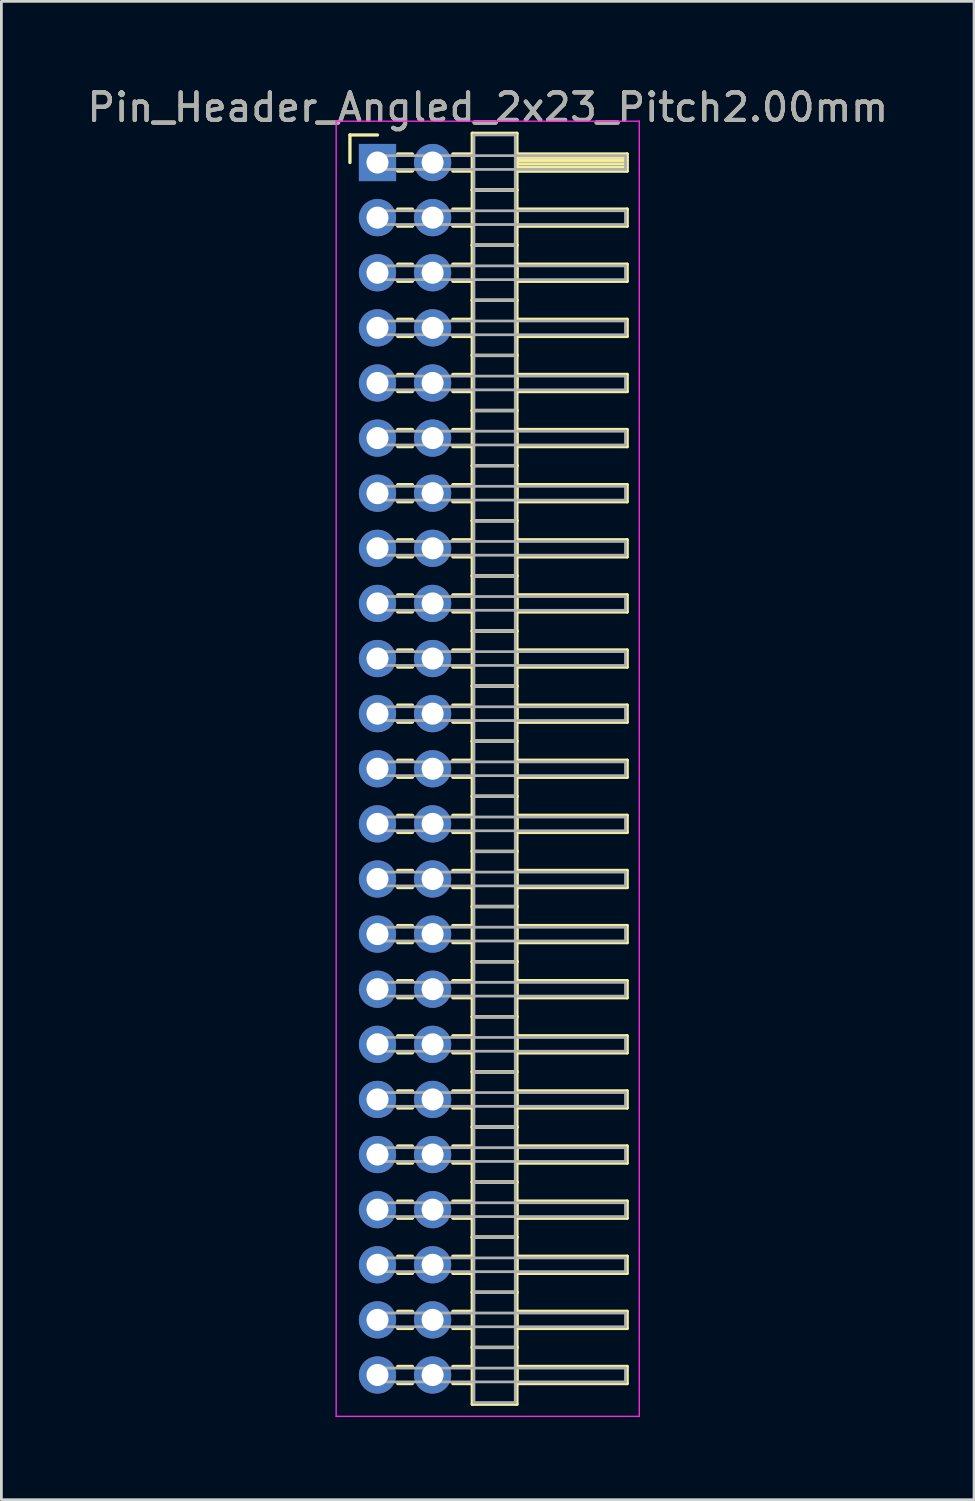
<source format=kicad_pcb>
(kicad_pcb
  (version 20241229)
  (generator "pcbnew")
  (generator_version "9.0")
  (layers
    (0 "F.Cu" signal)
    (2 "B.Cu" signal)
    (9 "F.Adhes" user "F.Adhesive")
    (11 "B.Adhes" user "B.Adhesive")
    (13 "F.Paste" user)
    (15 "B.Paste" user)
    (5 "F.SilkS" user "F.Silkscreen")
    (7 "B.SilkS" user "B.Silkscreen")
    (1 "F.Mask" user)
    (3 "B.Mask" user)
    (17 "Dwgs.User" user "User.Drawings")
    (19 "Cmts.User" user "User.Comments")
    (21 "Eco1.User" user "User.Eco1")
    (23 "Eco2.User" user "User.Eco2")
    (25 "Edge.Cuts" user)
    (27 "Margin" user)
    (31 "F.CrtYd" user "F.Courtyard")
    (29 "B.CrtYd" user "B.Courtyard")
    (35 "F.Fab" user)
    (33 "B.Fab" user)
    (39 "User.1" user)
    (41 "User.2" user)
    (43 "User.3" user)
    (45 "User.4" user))
  (footprint "Pin_Header_Angled_2x23_Pitch2.00mm"
    (layer "F.Cu")
    (at 10.649 2.848)
    (property "Reference" "Pin_Header_Angled_2x23_Pitch2.00mm" (at 4 -2 0) (layer "F.SilkS") (effects (font (size 1 1) (thickness 0.15))))
    (attr through_hole)
    (fp_line (start -1 -1) (end 0 -1) (stroke (width 0.12) (type solid)) (layer "F.SilkS"))
    (fp_line (start -1 0) (end -1 -1) (stroke (width 0.12) (type solid)) (layer "F.SilkS"))
    (fp_line (start 0.735 -0.31) (end 1.265 -0.31) (stroke (width 0.12) (type solid)) (layer "F.SilkS"))
    (fp_line (start 0.735 0.31) (end 1.265 0.31) (stroke (width 0.12) (type solid)) (layer "F.SilkS"))
    (fp_line (start 0.735 1.69) (end 1.265 1.69) (stroke (width 0.12) (type solid)) (layer "F.SilkS"))
    (fp_line (start 0.735 2.31) (end 1.265 2.31) (stroke (width 0.12) (type solid)) (layer "F.SilkS"))
    (fp_line (start 0.735 3.69) (end 1.265 3.69) (stroke (width 0.12) (type solid)) (layer "F.SilkS"))
    (fp_line (start 0.735 4.31) (end 1.265 4.31) (stroke (width 0.12) (type solid)) (layer "F.SilkS"))
    (fp_line (start 0.735 5.69) (end 1.265 5.69) (stroke (width 0.12) (type solid)) (layer "F.SilkS"))
    (fp_line (start 0.735 6.31) (end 1.265 6.31) (stroke (width 0.12) (type solid)) (layer "F.SilkS"))
    (fp_line (start 0.735 7.69) (end 1.265 7.69) (stroke (width 0.12) (type solid)) (layer "F.SilkS"))
    (fp_line (start 0.735 8.31) (end 1.265 8.31) (stroke (width 0.12) (type solid)) (layer "F.SilkS"))
    (fp_line (start 0.735 9.69) (end 1.265 9.69) (stroke (width 0.12) (type solid)) (layer "F.SilkS"))
    (fp_line (start 0.735 10.31) (end 1.265 10.31) (stroke (width 0.12) (type solid)) (layer "F.SilkS"))
    (fp_line (start 0.735 11.69) (end 1.265 11.69) (stroke (width 0.12) (type solid)) (layer "F.SilkS"))
    (fp_line (start 0.735 12.31) (end 1.265 12.31) (stroke (width 0.12) (type solid)) (layer "F.SilkS"))
    (fp_line (start 0.735 13.69) (end 1.265 13.69) (stroke (width 0.12) (type solid)) (layer "F.SilkS"))
    (fp_line (start 0.735 14.31) (end 1.265 14.31) (stroke (width 0.12) (type solid)) (layer "F.SilkS"))
    (fp_line (start 0.735 15.69) (end 1.265 15.69) (stroke (width 0.12) (type solid)) (layer "F.SilkS"))
    (fp_line (start 0.735 16.31) (end 1.265 16.31) (stroke (width 0.12) (type solid)) (layer "F.SilkS"))
    (fp_line (start 0.735 17.69) (end 1.265 17.69) (stroke (width 0.12) (type solid)) (layer "F.SilkS"))
    (fp_line (start 0.735 18.31) (end 1.265 18.31) (stroke (width 0.12) (type solid)) (layer "F.SilkS"))
    (fp_line (start 0.735 19.69) (end 1.265 19.69) (stroke (width 0.12) (type solid)) (layer "F.SilkS"))
    (fp_line (start 0.735 20.31) (end 1.265 20.31) (stroke (width 0.12) (type solid)) (layer "F.SilkS"))
    (fp_line (start 0.735 21.69) (end 1.265 21.69) (stroke (width 0.12) (type solid)) (layer "F.SilkS"))
    (fp_line (start 0.735 22.31) (end 1.265 22.31) (stroke (width 0.12) (type solid)) (layer "F.SilkS"))
    (fp_line (start 0.735 23.69) (end 1.265 23.69) (stroke (width 0.12) (type solid)) (layer "F.SilkS"))
    (fp_line (start 0.735 24.31) (end 1.265 24.31) (stroke (width 0.12) (type solid)) (layer "F.SilkS"))
    (fp_line (start 0.735 25.69) (end 1.265 25.69) (stroke (width 0.12) (type solid)) (layer "F.SilkS"))
    (fp_line (start 0.735 26.31) (end 1.265 26.31) (stroke (width 0.12) (type solid)) (layer "F.SilkS"))
    (fp_line (start 0.735 27.69) (end 1.265 27.69) (stroke (width 0.12) (type solid)) (layer "F.SilkS"))
    (fp_line (start 0.735 28.31) (end 1.265 28.31) (stroke (width 0.12) (type solid)) (layer "F.SilkS"))
    (fp_line (start 0.735 29.69) (end 1.265 29.69) (stroke (width 0.12) (type solid)) (layer "F.SilkS"))
    (fp_line (start 0.735 30.31) (end 1.265 30.31) (stroke (width 0.12) (type solid)) (layer "F.SilkS"))
    (fp_line (start 0.735 31.69) (end 1.265 31.69) (stroke (width 0.12) (type solid)) (layer "F.SilkS"))
    (fp_line (start 0.735 32.31) (end 1.265 32.31) (stroke (width 0.12) (type solid)) (layer "F.SilkS"))
    (fp_line (start 0.735 33.69) (end 1.265 33.69) (stroke (width 0.12) (type solid)) (layer "F.SilkS"))
    (fp_line (start 0.735 34.31) (end 1.265 34.31) (stroke (width 0.12) (type solid)) (layer "F.SilkS"))
    (fp_line (start 0.735 35.69) (end 1.265 35.69) (stroke (width 0.12) (type solid)) (layer "F.SilkS"))
    (fp_line (start 0.735 36.31) (end 1.265 36.31) (stroke (width 0.12) (type solid)) (layer "F.SilkS"))
    (fp_line (start 0.735 37.69) (end 1.265 37.69) (stroke (width 0.12) (type solid)) (layer "F.SilkS"))
    (fp_line (start 0.735 38.31) (end 1.265 38.31) (stroke (width 0.12) (type solid)) (layer "F.SilkS"))
    (fp_line (start 0.735 39.69) (end 1.265 39.69) (stroke (width 0.12) (type solid)) (layer "F.SilkS"))
    (fp_line (start 0.735 40.31) (end 1.265 40.31) (stroke (width 0.12) (type solid)) (layer "F.SilkS"))
    (fp_line (start 0.735 41.69) (end 1.265 41.69) (stroke (width 0.12) (type solid)) (layer "F.SilkS"))
    (fp_line (start 0.735 42.31) (end 1.265 42.31) (stroke (width 0.12) (type solid)) (layer "F.SilkS"))
    (fp_line (start 0.735 43.69) (end 1.265 43.69) (stroke (width 0.12) (type solid)) (layer "F.SilkS"))
    (fp_line (start 0.735 44.31) (end 1.265 44.31) (stroke (width 0.12) (type solid)) (layer "F.SilkS"))
    (fp_line (start 2.735 -0.31) (end 3.44 -0.31) (stroke (width 0.12) (type solid)) (layer "F.SilkS"))
    (fp_line (start 2.735 0.31) (end 3.44 0.31) (stroke (width 0.12) (type solid)) (layer "F.SilkS"))
    (fp_line (start 2.735 1.69) (end 3.44 1.69) (stroke (width 0.12) (type solid)) (layer "F.SilkS"))
    (fp_line (start 2.735 2.31) (end 3.44 2.31) (stroke (width 0.12) (type solid)) (layer "F.SilkS"))
    (fp_line (start 2.735 3.69) (end 3.44 3.69) (stroke (width 0.12) (type solid)) (layer "F.SilkS"))
    (fp_line (start 2.735 4.31) (end 3.44 4.31) (stroke (width 0.12) (type solid)) (layer "F.SilkS"))
    (fp_line (start 2.735 5.69) (end 3.44 5.69) (stroke (width 0.12) (type solid)) (layer "F.SilkS"))
    (fp_line (start 2.735 6.31) (end 3.44 6.31) (stroke (width 0.12) (type solid)) (layer "F.SilkS"))
    (fp_line (start 2.735 7.69) (end 3.44 7.69) (stroke (width 0.12) (type solid)) (layer "F.SilkS"))
    (fp_line (start 2.735 8.31) (end 3.44 8.31) (stroke (width 0.12) (type solid)) (layer "F.SilkS"))
    (fp_line (start 2.735 9.69) (end 3.44 9.69) (stroke (width 0.12) (type solid)) (layer "F.SilkS"))
    (fp_line (start 2.735 10.31) (end 3.44 10.31) (stroke (width 0.12) (type solid)) (layer "F.SilkS"))
    (fp_line (start 2.735 11.69) (end 3.44 11.69) (stroke (width 0.12) (type solid)) (layer "F.SilkS"))
    (fp_line (start 2.735 12.31) (end 3.44 12.31) (stroke (width 0.12) (type solid)) (layer "F.SilkS"))
    (fp_line (start 2.735 13.69) (end 3.44 13.69) (stroke (width 0.12) (type solid)) (layer "F.SilkS"))
    (fp_line (start 2.735 14.31) (end 3.44 14.31) (stroke (width 0.12) (type solid)) (layer "F.SilkS"))
    (fp_line (start 2.735 15.69) (end 3.44 15.69) (stroke (width 0.12) (type solid)) (layer "F.SilkS"))
    (fp_line (start 2.735 16.31) (end 3.44 16.31) (stroke (width 0.12) (type solid)) (layer "F.SilkS"))
    (fp_line (start 2.735 17.69) (end 3.44 17.69) (stroke (width 0.12) (type solid)) (layer "F.SilkS"))
    (fp_line (start 2.735 18.31) (end 3.44 18.31) (stroke (width 0.12) (type solid)) (layer "F.SilkS"))
    (fp_line (start 2.735 19.69) (end 3.44 19.69) (stroke (width 0.12) (type solid)) (layer "F.SilkS"))
    (fp_line (start 2.735 20.31) (end 3.44 20.31) (stroke (width 0.12) (type solid)) (layer "F.SilkS"))
    (fp_line (start 2.735 21.69) (end 3.44 21.69) (stroke (width 0.12) (type solid)) (layer "F.SilkS"))
    (fp_line (start 2.735 22.31) (end 3.44 22.31) (stroke (width 0.12) (type solid)) (layer "F.SilkS"))
    (fp_line (start 2.735 23.69) (end 3.44 23.69) (stroke (width 0.12) (type solid)) (layer "F.SilkS"))
    (fp_line (start 2.735 24.31) (end 3.44 24.31) (stroke (width 0.12) (type solid)) (layer "F.SilkS"))
    (fp_line (start 2.735 25.69) (end 3.44 25.69) (stroke (width 0.12) (type solid)) (layer "F.SilkS"))
    (fp_line (start 2.735 26.31) (end 3.44 26.31) (stroke (width 0.12) (type solid)) (layer "F.SilkS"))
    (fp_line (start 2.735 27.69) (end 3.44 27.69) (stroke (width 0.12) (type solid)) (layer "F.SilkS"))
    (fp_line (start 2.735 28.31) (end 3.44 28.31) (stroke (width 0.12) (type solid)) (layer "F.SilkS"))
    (fp_line (start 2.735 29.69) (end 3.44 29.69) (stroke (width 0.12) (type solid)) (layer "F.SilkS"))
    (fp_line (start 2.735 30.31) (end 3.44 30.31) (stroke (width 0.12) (type solid)) (layer "F.SilkS"))
    (fp_line (start 2.735 31.69) (end 3.44 31.69) (stroke (width 0.12) (type solid)) (layer "F.SilkS"))
    (fp_line (start 2.735 32.31) (end 3.44 32.31) (stroke (width 0.12) (type solid)) (layer "F.SilkS"))
    (fp_line (start 2.735 33.69) (end 3.44 33.69) (stroke (width 0.12) (type solid)) (layer "F.SilkS"))
    (fp_line (start 2.735 34.31) (end 3.44 34.31) (stroke (width 0.12) (type solid)) (layer "F.SilkS"))
    (fp_line (start 2.735 35.69) (end 3.44 35.69) (stroke (width 0.12) (type solid)) (layer "F.SilkS"))
    (fp_line (start 2.735 36.31) (end 3.44 36.31) (stroke (width 0.12) (type solid)) (layer "F.SilkS"))
    (fp_line (start 2.735 37.69) (end 3.44 37.69) (stroke (width 0.12) (type solid)) (layer "F.SilkS"))
    (fp_line (start 2.735 38.31) (end 3.44 38.31) (stroke (width 0.12) (type solid)) (layer "F.SilkS"))
    (fp_line (start 2.735 39.69) (end 3.44 39.69) (stroke (width 0.12) (type solid)) (layer "F.SilkS"))
    (fp_line (start 2.735 40.31) (end 3.44 40.31) (stroke (width 0.12) (type solid)) (layer "F.SilkS"))
    (fp_line (start 2.735 41.69) (end 3.44 41.69) (stroke (width 0.12) (type solid)) (layer "F.SilkS"))
    (fp_line (start 2.735 42.31) (end 3.44 42.31) (stroke (width 0.12) (type solid)) (layer "F.SilkS"))
    (fp_line (start 2.735 43.69) (end 3.44 43.69) (stroke (width 0.12) (type solid)) (layer "F.SilkS"))
    (fp_line (start 2.735 44.31) (end 3.44 44.31) (stroke (width 0.12) (type solid)) (layer "F.SilkS"))
    (fp_line (start 3.44 -1.06) (end 3.44 1) (stroke (width 0.12) (type solid)) (layer "F.SilkS"))
    (fp_line (start 3.44 1) (end 3.44 3) (stroke (width 0.12) (type solid)) (layer "F.SilkS"))
    (fp_line (start 3.44 1) (end 5.06 1) (stroke (width 0.12) (type solid)) (layer "F.SilkS"))
    (fp_line (start 3.44 3) (end 3.44 5) (stroke (width 0.12) (type solid)) (layer "F.SilkS"))
    (fp_line (start 3.44 3) (end 5.06 3) (stroke (width 0.12) (type solid)) (layer "F.SilkS"))
    (fp_line (start 3.44 5) (end 3.44 7) (stroke (width 0.12) (type solid)) (layer "F.SilkS"))
    (fp_line (start 3.44 5) (end 5.06 5) (stroke (width 0.12) (type solid)) (layer "F.SilkS"))
    (fp_line (start 3.44 7) (end 3.44 9) (stroke (width 0.12) (type solid)) (layer "F.SilkS"))
    (fp_line (start 3.44 7) (end 5.06 7) (stroke (width 0.12) (type solid)) (layer "F.SilkS"))
    (fp_line (start 3.44 9) (end 3.44 11) (stroke (width 0.12) (type solid)) (layer "F.SilkS"))
    (fp_line (start 3.44 9) (end 5.06 9) (stroke (width 0.12) (type solid)) (layer "F.SilkS"))
    (fp_line (start 3.44 11) (end 3.44 13) (stroke (width 0.12) (type solid)) (layer "F.SilkS"))
    (fp_line (start 3.44 11) (end 5.06 11) (stroke (width 0.12) (type solid)) (layer "F.SilkS"))
    (fp_line (start 3.44 13) (end 3.44 15) (stroke (width 0.12) (type solid)) (layer "F.SilkS"))
    (fp_line (start 3.44 13) (end 5.06 13) (stroke (width 0.12) (type solid)) (layer "F.SilkS"))
    (fp_line (start 3.44 15) (end 3.44 17) (stroke (width 0.12) (type solid)) (layer "F.SilkS"))
    (fp_line (start 3.44 15) (end 5.06 15) (stroke (width 0.12) (type solid)) (layer "F.SilkS"))
    (fp_line (start 3.44 17) (end 3.44 19) (stroke (width 0.12) (type solid)) (layer "F.SilkS"))
    (fp_line (start 3.44 17) (end 5.06 17) (stroke (width 0.12) (type solid)) (layer "F.SilkS"))
    (fp_line (start 3.44 19) (end 3.44 21) (stroke (width 0.12) (type solid)) (layer "F.SilkS"))
    (fp_line (start 3.44 19) (end 5.06 19) (stroke (width 0.12) (type solid)) (layer "F.SilkS"))
    (fp_line (start 3.44 21) (end 3.44 23) (stroke (width 0.12) (type solid)) (layer "F.SilkS"))
    (fp_line (start 3.44 21) (end 5.06 21) (stroke (width 0.12) (type solid)) (layer "F.SilkS"))
    (fp_line (start 3.44 23) (end 3.44 25) (stroke (width 0.12) (type solid)) (layer "F.SilkS"))
    (fp_line (start 3.44 23) (end 5.06 23) (stroke (width 0.12) (type solid)) (layer "F.SilkS"))
    (fp_line (start 3.44 25) (end 3.44 27) (stroke (width 0.12) (type solid)) (layer "F.SilkS"))
    (fp_line (start 3.44 25) (end 5.06 25) (stroke (width 0.12) (type solid)) (layer "F.SilkS"))
    (fp_line (start 3.44 27) (end 3.44 29) (stroke (width 0.12) (type solid)) (layer "F.SilkS"))
    (fp_line (start 3.44 27) (end 5.06 27) (stroke (width 0.12) (type solid)) (layer "F.SilkS"))
    (fp_line (start 3.44 29) (end 3.44 31) (stroke (width 0.12) (type solid)) (layer "F.SilkS"))
    (fp_line (start 3.44 29) (end 5.06 29) (stroke (width 0.12) (type solid)) (layer "F.SilkS"))
    (fp_line (start 3.44 31) (end 3.44 33) (stroke (width 0.12) (type solid)) (layer "F.SilkS"))
    (fp_line (start 3.44 31) (end 5.06 31) (stroke (width 0.12) (type solid)) (layer "F.SilkS"))
    (fp_line (start 3.44 33) (end 3.44 35) (stroke (width 0.12) (type solid)) (layer "F.SilkS"))
    (fp_line (start 3.44 33) (end 5.06 33) (stroke (width 0.12) (type solid)) (layer "F.SilkS"))
    (fp_line (start 3.44 35) (end 3.44 37) (stroke (width 0.12) (type solid)) (layer "F.SilkS"))
    (fp_line (start 3.44 35) (end 5.06 35) (stroke (width 0.12) (type solid)) (layer "F.SilkS"))
    (fp_line (start 3.44 37) (end 3.44 39) (stroke (width 0.12) (type solid)) (layer "F.SilkS"))
    (fp_line (start 3.44 37) (end 5.06 37) (stroke (width 0.12) (type solid)) (layer "F.SilkS"))
    (fp_line (start 3.44 39) (end 3.44 41) (stroke (width 0.12) (type solid)) (layer "F.SilkS"))
    (fp_line (start 3.44 39) (end 5.06 39) (stroke (width 0.12) (type solid)) (layer "F.SilkS"))
    (fp_line (start 3.44 41) (end 3.44 43) (stroke (width 0.12) (type solid)) (layer "F.SilkS"))
    (fp_line (start 3.44 41) (end 5.06 41) (stroke (width 0.12) (type solid)) (layer "F.SilkS"))
    (fp_line (start 3.44 43) (end 3.44 45.06) (stroke (width 0.12) (type solid)) (layer "F.SilkS"))
    (fp_line (start 3.44 43) (end 5.06 43) (stroke (width 0.12) (type solid)) (layer "F.SilkS"))
    (fp_line (start 3.44 45.06) (end 5.06 45.06) (stroke (width 0.12) (type solid)) (layer "F.SilkS"))
    (fp_line (start 5.06 -1.06) (end 3.44 -1.06) (stroke (width 0.12) (type solid)) (layer "F.SilkS"))
    (fp_line (start 5.06 -0.31) (end 5.06 0.31) (stroke (width 0.12) (type solid)) (layer "F.SilkS"))
    (fp_line (start 5.06 -0.19) (end 9.06 -0.19) (stroke (width 0.12) (type solid)) (layer "F.SilkS"))
    (fp_line (start 5.06 -0.07) (end 9.06 -0.07) (stroke (width 0.12) (type solid)) (layer "F.SilkS"))
    (fp_line (start 5.06 0.05) (end 9.06 0.05) (stroke (width 0.12) (type solid)) (layer "F.SilkS"))
    (fp_line (start 5.06 0.17) (end 9.06 0.17) (stroke (width 0.12) (type solid)) (layer "F.SilkS"))
    (fp_line (start 5.06 0.29) (end 9.06 0.29) (stroke (width 0.12) (type solid)) (layer "F.SilkS"))
    (fp_line (start 5.06 0.31) (end 9.06 0.31) (stroke (width 0.12) (type solid)) (layer "F.SilkS"))
    (fp_line (start 5.06 1) (end 3.44 1) (stroke (width 0.12) (type solid)) (layer "F.SilkS"))
    (fp_line (start 5.06 1) (end 5.06 -1.06) (stroke (width 0.12) (type solid)) (layer "F.SilkS"))
    (fp_line (start 5.06 1.69) (end 5.06 2.31) (stroke (width 0.12) (type solid)) (layer "F.SilkS"))
    (fp_line (start 5.06 2.31) (end 9.06 2.31) (stroke (width 0.12) (type solid)) (layer "F.SilkS"))
    (fp_line (start 5.06 3) (end 3.44 3) (stroke (width 0.12) (type solid)) (layer "F.SilkS"))
    (fp_line (start 5.06 3) (end 5.06 1) (stroke (width 0.12) (type solid)) (layer "F.SilkS"))
    (fp_line (start 5.06 3.69) (end 5.06 4.31) (stroke (width 0.12) (type solid)) (layer "F.SilkS"))
    (fp_line (start 5.06 4.31) (end 9.06 4.31) (stroke (width 0.12) (type solid)) (layer "F.SilkS"))
    (fp_line (start 5.06 5) (end 3.44 5) (stroke (width 0.12) (type solid)) (layer "F.SilkS"))
    (fp_line (start 5.06 5) (end 5.06 3) (stroke (width 0.12) (type solid)) (layer "F.SilkS"))
    (fp_line (start 5.06 5.69) (end 5.06 6.31) (stroke (width 0.12) (type solid)) (layer "F.SilkS"))
    (fp_line (start 5.06 6.31) (end 9.06 6.31) (stroke (width 0.12) (type solid)) (layer "F.SilkS"))
    (fp_line (start 5.06 7) (end 3.44 7) (stroke (width 0.12) (type solid)) (layer "F.SilkS"))
    (fp_line (start 5.06 7) (end 5.06 5) (stroke (width 0.12) (type solid)) (layer "F.SilkS"))
    (fp_line (start 5.06 7.69) (end 5.06 8.31) (stroke (width 0.12) (type solid)) (layer "F.SilkS"))
    (fp_line (start 5.06 8.31) (end 9.06 8.31) (stroke (width 0.12) (type solid)) (layer "F.SilkS"))
    (fp_line (start 5.06 9) (end 3.44 9) (stroke (width 0.12) (type solid)) (layer "F.SilkS"))
    (fp_line (start 5.06 9) (end 5.06 7) (stroke (width 0.12) (type solid)) (layer "F.SilkS"))
    (fp_line (start 5.06 9.69) (end 5.06 10.31) (stroke (width 0.12) (type solid)) (layer "F.SilkS"))
    (fp_line (start 5.06 10.31) (end 9.06 10.31) (stroke (width 0.12) (type solid)) (layer "F.SilkS"))
    (fp_line (start 5.06 11) (end 3.44 11) (stroke (width 0.12) (type solid)) (layer "F.SilkS"))
    (fp_line (start 5.06 11) (end 5.06 9) (stroke (width 0.12) (type solid)) (layer "F.SilkS"))
    (fp_line (start 5.06 11.69) (end 5.06 12.31) (stroke (width 0.12) (type solid)) (layer "F.SilkS"))
    (fp_line (start 5.06 12.31) (end 9.06 12.31) (stroke (width 0.12) (type solid)) (layer "F.SilkS"))
    (fp_line (start 5.06 13) (end 3.44 13) (stroke (width 0.12) (type solid)) (layer "F.SilkS"))
    (fp_line (start 5.06 13) (end 5.06 11) (stroke (width 0.12) (type solid)) (layer "F.SilkS"))
    (fp_line (start 5.06 13.69) (end 5.06 14.31) (stroke (width 0.12) (type solid)) (layer "F.SilkS"))
    (fp_line (start 5.06 14.31) (end 9.06 14.31) (stroke (width 0.12) (type solid)) (layer "F.SilkS"))
    (fp_line (start 5.06 15) (end 3.44 15) (stroke (width 0.12) (type solid)) (layer "F.SilkS"))
    (fp_line (start 5.06 15) (end 5.06 13) (stroke (width 0.12) (type solid)) (layer "F.SilkS"))
    (fp_line (start 5.06 15.69) (end 5.06 16.31) (stroke (width 0.12) (type solid)) (layer "F.SilkS"))
    (fp_line (start 5.06 16.31) (end 9.06 16.31) (stroke (width 0.12) (type solid)) (layer "F.SilkS"))
    (fp_line (start 5.06 17) (end 3.44 17) (stroke (width 0.12) (type solid)) (layer "F.SilkS"))
    (fp_line (start 5.06 17) (end 5.06 15) (stroke (width 0.12) (type solid)) (layer "F.SilkS"))
    (fp_line (start 5.06 17.69) (end 5.06 18.31) (stroke (width 0.12) (type solid)) (layer "F.SilkS"))
    (fp_line (start 5.06 18.31) (end 9.06 18.31) (stroke (width 0.12) (type solid)) (layer "F.SilkS"))
    (fp_line (start 5.06 19) (end 3.44 19) (stroke (width 0.12) (type solid)) (layer "F.SilkS"))
    (fp_line (start 5.06 19) (end 5.06 17) (stroke (width 0.12) (type solid)) (layer "F.SilkS"))
    (fp_line (start 5.06 19.69) (end 5.06 20.31) (stroke (width 0.12) (type solid)) (layer "F.SilkS"))
    (fp_line (start 5.06 20.31) (end 9.06 20.31) (stroke (width 0.12) (type solid)) (layer "F.SilkS"))
    (fp_line (start 5.06 21) (end 3.44 21) (stroke (width 0.12) (type solid)) (layer "F.SilkS"))
    (fp_line (start 5.06 21) (end 5.06 19) (stroke (width 0.12) (type solid)) (layer "F.SilkS"))
    (fp_line (start 5.06 21.69) (end 5.06 22.31) (stroke (width 0.12) (type solid)) (layer "F.SilkS"))
    (fp_line (start 5.06 22.31) (end 9.06 22.31) (stroke (width 0.12) (type solid)) (layer "F.SilkS"))
    (fp_line (start 5.06 23) (end 3.44 23) (stroke (width 0.12) (type solid)) (layer "F.SilkS"))
    (fp_line (start 5.06 23) (end 5.06 21) (stroke (width 0.12) (type solid)) (layer "F.SilkS"))
    (fp_line (start 5.06 23.69) (end 5.06 24.31) (stroke (width 0.12) (type solid)) (layer "F.SilkS"))
    (fp_line (start 5.06 24.31) (end 9.06 24.31) (stroke (width 0.12) (type solid)) (layer "F.SilkS"))
    (fp_line (start 5.06 25) (end 3.44 25) (stroke (width 0.12) (type solid)) (layer "F.SilkS"))
    (fp_line (start 5.06 25) (end 5.06 23) (stroke (width 0.12) (type solid)) (layer "F.SilkS"))
    (fp_line (start 5.06 25.69) (end 5.06 26.31) (stroke (width 0.12) (type solid)) (layer "F.SilkS"))
    (fp_line (start 5.06 26.31) (end 9.06 26.31) (stroke (width 0.12) (type solid)) (layer "F.SilkS"))
    (fp_line (start 5.06 27) (end 3.44 27) (stroke (width 0.12) (type solid)) (layer "F.SilkS"))
    (fp_line (start 5.06 27) (end 5.06 25) (stroke (width 0.12) (type solid)) (layer "F.SilkS"))
    (fp_line (start 5.06 27.69) (end 5.06 28.31) (stroke (width 0.12) (type solid)) (layer "F.SilkS"))
    (fp_line (start 5.06 28.31) (end 9.06 28.31) (stroke (width 0.12) (type solid)) (layer "F.SilkS"))
    (fp_line (start 5.06 29) (end 3.44 29) (stroke (width 0.12) (type solid)) (layer "F.SilkS"))
    (fp_line (start 5.06 29) (end 5.06 27) (stroke (width 0.12) (type solid)) (layer "F.SilkS"))
    (fp_line (start 5.06 29.69) (end 5.06 30.31) (stroke (width 0.12) (type solid)) (layer "F.SilkS"))
    (fp_line (start 5.06 30.31) (end 9.06 30.31) (stroke (width 0.12) (type solid)) (layer "F.SilkS"))
    (fp_line (start 5.06 31) (end 3.44 31) (stroke (width 0.12) (type solid)) (layer "F.SilkS"))
    (fp_line (start 5.06 31) (end 5.06 29) (stroke (width 0.12) (type solid)) (layer "F.SilkS"))
    (fp_line (start 5.06 31.69) (end 5.06 32.31) (stroke (width 0.12) (type solid)) (layer "F.SilkS"))
    (fp_line (start 5.06 32.31) (end 9.06 32.31) (stroke (width 0.12) (type solid)) (layer "F.SilkS"))
    (fp_line (start 5.06 33) (end 3.44 33) (stroke (width 0.12) (type solid)) (layer "F.SilkS"))
    (fp_line (start 5.06 33) (end 5.06 31) (stroke (width 0.12) (type solid)) (layer "F.SilkS"))
    (fp_line (start 5.06 33.69) (end 5.06 34.31) (stroke (width 0.12) (type solid)) (layer "F.SilkS"))
    (fp_line (start 5.06 34.31) (end 9.06 34.31) (stroke (width 0.12) (type solid)) (layer "F.SilkS"))
    (fp_line (start 5.06 35) (end 3.44 35) (stroke (width 0.12) (type solid)) (layer "F.SilkS"))
    (fp_line (start 5.06 35) (end 5.06 33) (stroke (width 0.12) (type solid)) (layer "F.SilkS"))
    (fp_line (start 5.06 35.69) (end 5.06 36.31) (stroke (width 0.12) (type solid)) (layer "F.SilkS"))
    (fp_line (start 5.06 36.31) (end 9.06 36.31) (stroke (width 0.12) (type solid)) (layer "F.SilkS"))
    (fp_line (start 5.06 37) (end 3.44 37) (stroke (width 0.12) (type solid)) (layer "F.SilkS"))
    (fp_line (start 5.06 37) (end 5.06 35) (stroke (width 0.12) (type solid)) (layer "F.SilkS"))
    (fp_line (start 5.06 37.69) (end 5.06 38.31) (stroke (width 0.12) (type solid)) (layer "F.SilkS"))
    (fp_line (start 5.06 38.31) (end 9.06 38.31) (stroke (width 0.12) (type solid)) (layer "F.SilkS"))
    (fp_line (start 5.06 39) (end 3.44 39) (stroke (width 0.12) (type solid)) (layer "F.SilkS"))
    (fp_line (start 5.06 39) (end 5.06 37) (stroke (width 0.12) (type solid)) (layer "F.SilkS"))
    (fp_line (start 5.06 39.69) (end 5.06 40.31) (stroke (width 0.12) (type solid)) (layer "F.SilkS"))
    (fp_line (start 5.06 40.31) (end 9.06 40.31) (stroke (width 0.12) (type solid)) (layer "F.SilkS"))
    (fp_line (start 5.06 41) (end 3.44 41) (stroke (width 0.12) (type solid)) (layer "F.SilkS"))
    (fp_line (start 5.06 41) (end 5.06 39) (stroke (width 0.12) (type solid)) (layer "F.SilkS"))
    (fp_line (start 5.06 41.69) (end 5.06 42.31) (stroke (width 0.12) (type solid)) (layer "F.SilkS"))
    (fp_line (start 5.06 42.31) (end 9.06 42.31) (stroke (width 0.12) (type solid)) (layer "F.SilkS"))
    (fp_line (start 5.06 43) (end 3.44 43) (stroke (width 0.12) (type solid)) (layer "F.SilkS"))
    (fp_line (start 5.06 43) (end 5.06 41) (stroke (width 0.12) (type solid)) (layer "F.SilkS"))
    (fp_line (start 5.06 43.69) (end 5.06 44.31) (stroke (width 0.12) (type solid)) (layer "F.SilkS"))
    (fp_line (start 5.06 44.31) (end 9.06 44.31) (stroke (width 0.12) (type solid)) (layer "F.SilkS"))
    (fp_line (start 5.06 45.06) (end 5.06 43) (stroke (width 0.12) (type solid)) (layer "F.SilkS"))
    (fp_line (start 9.06 -0.31) (end 5.06 -0.31) (stroke (width 0.12) (type solid)) (layer "F.SilkS"))
    (fp_line (start 9.06 0.31) (end 9.06 -0.31) (stroke (width 0.12) (type solid)) (layer "F.SilkS"))
    (fp_line (start 9.06 1.69) (end 5.06 1.69) (stroke (width 0.12) (type solid)) (layer "F.SilkS"))
    (fp_line (start 9.06 2.31) (end 9.06 1.69) (stroke (width 0.12) (type solid)) (layer "F.SilkS"))
    (fp_line (start 9.06 3.69) (end 5.06 3.69) (stroke (width 0.12) (type solid)) (layer "F.SilkS"))
    (fp_line (start 9.06 4.31) (end 9.06 3.69) (stroke (width 0.12) (type solid)) (layer "F.SilkS"))
    (fp_line (start 9.06 5.69) (end 5.06 5.69) (stroke (width 0.12) (type solid)) (layer "F.SilkS"))
    (fp_line (start 9.06 6.31) (end 9.06 5.69) (stroke (width 0.12) (type solid)) (layer "F.SilkS"))
    (fp_line (start 9.06 7.69) (end 5.06 7.69) (stroke (width 0.12) (type solid)) (layer "F.SilkS"))
    (fp_line (start 9.06 8.31) (end 9.06 7.69) (stroke (width 0.12) (type solid)) (layer "F.SilkS"))
    (fp_line (start 9.06 9.69) (end 5.06 9.69) (stroke (width 0.12) (type solid)) (layer "F.SilkS"))
    (fp_line (start 9.06 10.31) (end 9.06 9.69) (stroke (width 0.12) (type solid)) (layer "F.SilkS"))
    (fp_line (start 9.06 11.69) (end 5.06 11.69) (stroke (width 0.12) (type solid)) (layer "F.SilkS"))
    (fp_line (start 9.06 12.31) (end 9.06 11.69) (stroke (width 0.12) (type solid)) (layer "F.SilkS"))
    (fp_line (start 9.06 13.69) (end 5.06 13.69) (stroke (width 0.12) (type solid)) (layer "F.SilkS"))
    (fp_line (start 9.06 14.31) (end 9.06 13.69) (stroke (width 0.12) (type solid)) (layer "F.SilkS"))
    (fp_line (start 9.06 15.69) (end 5.06 15.69) (stroke (width 0.12) (type solid)) (layer "F.SilkS"))
    (fp_line (start 9.06 16.31) (end 9.06 15.69) (stroke (width 0.12) (type solid)) (layer "F.SilkS"))
    (fp_line (start 9.06 17.69) (end 5.06 17.69) (stroke (width 0.12) (type solid)) (layer "F.SilkS"))
    (fp_line (start 9.06 18.31) (end 9.06 17.69) (stroke (width 0.12) (type solid)) (layer "F.SilkS"))
    (fp_line (start 9.06 19.69) (end 5.06 19.69) (stroke (width 0.12) (type solid)) (layer "F.SilkS"))
    (fp_line (start 9.06 20.31) (end 9.06 19.69) (stroke (width 0.12) (type solid)) (layer "F.SilkS"))
    (fp_line (start 9.06 21.69) (end 5.06 21.69) (stroke (width 0.12) (type solid)) (layer "F.SilkS"))
    (fp_line (start 9.06 22.31) (end 9.06 21.69) (stroke (width 0.12) (type solid)) (layer "F.SilkS"))
    (fp_line (start 9.06 23.69) (end 5.06 23.69) (stroke (width 0.12) (type solid)) (layer "F.SilkS"))
    (fp_line (start 9.06 24.31) (end 9.06 23.69) (stroke (width 0.12) (type solid)) (layer "F.SilkS"))
    (fp_line (start 9.06 25.69) (end 5.06 25.69) (stroke (width 0.12) (type solid)) (layer "F.SilkS"))
    (fp_line (start 9.06 26.31) (end 9.06 25.69) (stroke (width 0.12) (type solid)) (layer "F.SilkS"))
    (fp_line (start 9.06 27.69) (end 5.06 27.69) (stroke (width 0.12) (type solid)) (layer "F.SilkS"))
    (fp_line (start 9.06 28.31) (end 9.06 27.69) (stroke (width 0.12) (type solid)) (layer "F.SilkS"))
    (fp_line (start 9.06 29.69) (end 5.06 29.69) (stroke (width 0.12) (type solid)) (layer "F.SilkS"))
    (fp_line (start 9.06 30.31) (end 9.06 29.69) (stroke (width 0.12) (type solid)) (layer "F.SilkS"))
    (fp_line (start 9.06 31.69) (end 5.06 31.69) (stroke (width 0.12) (type solid)) (layer "F.SilkS"))
    (fp_line (start 9.06 32.31) (end 9.06 31.69) (stroke (width 0.12) (type solid)) (layer "F.SilkS"))
    (fp_line (start 9.06 33.69) (end 5.06 33.69) (stroke (width 0.12) (type solid)) (layer "F.SilkS"))
    (fp_line (start 9.06 34.31) (end 9.06 33.69) (stroke (width 0.12) (type solid)) (layer "F.SilkS"))
    (fp_line (start 9.06 35.69) (end 5.06 35.69) (stroke (width 0.12) (type solid)) (layer "F.SilkS"))
    (fp_line (start 9.06 36.31) (end 9.06 35.69) (stroke (width 0.12) (type solid)) (layer "F.SilkS"))
    (fp_line (start 9.06 37.69) (end 5.06 37.69) (stroke (width 0.12) (type solid)) (layer "F.SilkS"))
    (fp_line (start 9.06 38.31) (end 9.06 37.69) (stroke (width 0.12) (type solid)) (layer "F.SilkS"))
    (fp_line (start 9.06 39.69) (end 5.06 39.69) (stroke (width 0.12) (type solid)) (layer "F.SilkS"))
    (fp_line (start 9.06 40.31) (end 9.06 39.69) (stroke (width 0.12) (type solid)) (layer "F.SilkS"))
    (fp_line (start 9.06 41.69) (end 5.06 41.69) (stroke (width 0.12) (type solid)) (layer "F.SilkS"))
    (fp_line (start 9.06 42.31) (end 9.06 41.69) (stroke (width 0.12) (type solid)) (layer "F.SilkS"))
    (fp_line (start 9.06 43.69) (end 5.06 43.69) (stroke (width 0.12) (type solid)) (layer "F.SilkS"))
    (fp_line (start 9.06 44.31) (end 9.06 43.69) (stroke (width 0.12) (type solid)) (layer "F.SilkS"))
    (fp_line (start -1.5 -1.5) (end -1.5 45.5) (stroke (width 0.05) (type solid)) (layer "F.CrtYd"))
    (fp_line (start -1.5 45.5) (end 9.5 45.5) (stroke (width 0.05) (type solid)) (layer "F.CrtYd"))
    (fp_line (start 9.5 -1.5) (end -1.5 -1.5) (stroke (width 0.05) (type solid)) (layer "F.CrtYd"))
    (fp_line (start 9.5 45.5) (end 9.5 -1.5) (stroke (width 0.05) (type solid)) (layer "F.CrtYd"))
    (fp_line (start 0 -0.25) (end 0 0.25) (stroke (width 0.1) (type solid)) (layer "F.Fab"))
    (fp_line (start 0 0.25) (end 9 0.25) (stroke (width 0.1) (type solid)) (layer "F.Fab"))
    (fp_line (start 0 1.75) (end 0 2.25) (stroke (width 0.1) (type solid)) (layer "F.Fab"))
    (fp_line (start 0 2.25) (end 9 2.25) (stroke (width 0.1) (type solid)) (layer "F.Fab"))
    (fp_line (start 0 3.75) (end 0 4.25) (stroke (width 0.1) (type solid)) (layer "F.Fab"))
    (fp_line (start 0 4.25) (end 9 4.25) (stroke (width 0.1) (type solid)) (layer "F.Fab"))
    (fp_line (start 0 5.75) (end 0 6.25) (stroke (width 0.1) (type solid)) (layer "F.Fab"))
    (fp_line (start 0 6.25) (end 9 6.25) (stroke (width 0.1) (type solid)) (layer "F.Fab"))
    (fp_line (start 0 7.75) (end 0 8.25) (stroke (width 0.1) (type solid)) (layer "F.Fab"))
    (fp_line (start 0 8.25) (end 9 8.25) (stroke (width 0.1) (type solid)) (layer "F.Fab"))
    (fp_line (start 0 9.75) (end 0 10.25) (stroke (width 0.1) (type solid)) (layer "F.Fab"))
    (fp_line (start 0 10.25) (end 9 10.25) (stroke (width 0.1) (type solid)) (layer "F.Fab"))
    (fp_line (start 0 11.75) (end 0 12.25) (stroke (width 0.1) (type solid)) (layer "F.Fab"))
    (fp_line (start 0 12.25) (end 9 12.25) (stroke (width 0.1) (type solid)) (layer "F.Fab"))
    (fp_line (start 0 13.75) (end 0 14.25) (stroke (width 0.1) (type solid)) (layer "F.Fab"))
    (fp_line (start 0 14.25) (end 9 14.25) (stroke (width 0.1) (type solid)) (layer "F.Fab"))
    (fp_line (start 0 15.75) (end 0 16.25) (stroke (width 0.1) (type solid)) (layer "F.Fab"))
    (fp_line (start 0 16.25) (end 9 16.25) (stroke (width 0.1) (type solid)) (layer "F.Fab"))
    (fp_line (start 0 17.75) (end 0 18.25) (stroke (width 0.1) (type solid)) (layer "F.Fab"))
    (fp_line (start 0 18.25) (end 9 18.25) (stroke (width 0.1) (type solid)) (layer "F.Fab"))
    (fp_line (start 0 19.75) (end 0 20.25) (stroke (width 0.1) (type solid)) (layer "F.Fab"))
    (fp_line (start 0 20.25) (end 9 20.25) (stroke (width 0.1) (type solid)) (layer "F.Fab"))
    (fp_line (start 0 21.75) (end 0 22.25) (stroke (width 0.1) (type solid)) (layer "F.Fab"))
    (fp_line (start 0 22.25) (end 9 22.25) (stroke (width 0.1) (type solid)) (layer "F.Fab"))
    (fp_line (start 0 23.75) (end 0 24.25) (stroke (width 0.1) (type solid)) (layer "F.Fab"))
    (fp_line (start 0 24.25) (end 9 24.25) (stroke (width 0.1) (type solid)) (layer "F.Fab"))
    (fp_line (start 0 25.75) (end 0 26.25) (stroke (width 0.1) (type solid)) (layer "F.Fab"))
    (fp_line (start 0 26.25) (end 9 26.25) (stroke (width 0.1) (type solid)) (layer "F.Fab"))
    (fp_line (start 0 27.75) (end 0 28.25) (stroke (width 0.1) (type solid)) (layer "F.Fab"))
    (fp_line (start 0 28.25) (end 9 28.25) (stroke (width 0.1) (type solid)) (layer "F.Fab"))
    (fp_line (start 0 29.75) (end 0 30.25) (stroke (width 0.1) (type solid)) (layer "F.Fab"))
    (fp_line (start 0 30.25) (end 9 30.25) (stroke (width 0.1) (type solid)) (layer "F.Fab"))
    (fp_line (start 0 31.75) (end 0 32.25) (stroke (width 0.1) (type solid)) (layer "F.Fab"))
    (fp_line (start 0 32.25) (end 9 32.25) (stroke (width 0.1) (type solid)) (layer "F.Fab"))
    (fp_line (start 0 33.75) (end 0 34.25) (stroke (width 0.1) (type solid)) (layer "F.Fab"))
    (fp_line (start 0 34.25) (end 9 34.25) (stroke (width 0.1) (type solid)) (layer "F.Fab"))
    (fp_line (start 0 35.75) (end 0 36.25) (stroke (width 0.1) (type solid)) (layer "F.Fab"))
    (fp_line (start 0 36.25) (end 9 36.25) (stroke (width 0.1) (type solid)) (layer "F.Fab"))
    (fp_line (start 0 37.75) (end 0 38.25) (stroke (width 0.1) (type solid)) (layer "F.Fab"))
    (fp_line (start 0 38.25) (end 9 38.25) (stroke (width 0.1) (type solid)) (layer "F.Fab"))
    (fp_line (start 0 39.75) (end 0 40.25) (stroke (width 0.1) (type solid)) (layer "F.Fab"))
    (fp_line (start 0 40.25) (end 9 40.25) (stroke (width 0.1) (type solid)) (layer "F.Fab"))
    (fp_line (start 0 41.75) (end 0 42.25) (stroke (width 0.1) (type solid)) (layer "F.Fab"))
    (fp_line (start 0 42.25) (end 9 42.25) (stroke (width 0.1) (type solid)) (layer "F.Fab"))
    (fp_line (start 0 43.75) (end 0 44.25) (stroke (width 0.1) (type solid)) (layer "F.Fab"))
    (fp_line (start 0 44.25) (end 9 44.25) (stroke (width 0.1) (type solid)) (layer "F.Fab"))
    (fp_line (start 3.5 -1) (end 3.5 1) (stroke (width 0.1) (type solid)) (layer "F.Fab"))
    (fp_line (start 3.5 1) (end 3.5 3) (stroke (width 0.1) (type solid)) (layer "F.Fab"))
    (fp_line (start 3.5 1) (end 5 1) (stroke (width 0.1) (type solid)) (layer "F.Fab"))
    (fp_line (start 3.5 3) (end 3.5 5) (stroke (width 0.1) (type solid)) (layer "F.Fab"))
    (fp_line (start 3.5 3) (end 5 3) (stroke (width 0.1) (type solid)) (layer "F.Fab"))
    (fp_line (start 3.5 5) (end 3.5 7) (stroke (width 0.1) (type solid)) (layer "F.Fab"))
    (fp_line (start 3.5 5) (end 5 5) (stroke (width 0.1) (type solid)) (layer "F.Fab"))
    (fp_line (start 3.5 7) (end 3.5 9) (stroke (width 0.1) (type solid)) (layer "F.Fab"))
    (fp_line (start 3.5 7) (end 5 7) (stroke (width 0.1) (type solid)) (layer "F.Fab"))
    (fp_line (start 3.5 9) (end 3.5 11) (stroke (width 0.1) (type solid)) (layer "F.Fab"))
    (fp_line (start 3.5 9) (end 5 9) (stroke (width 0.1) (type solid)) (layer "F.Fab"))
    (fp_line (start 3.5 11) (end 3.5 13) (stroke (width 0.1) (type solid)) (layer "F.Fab"))
    (fp_line (start 3.5 11) (end 5 11) (stroke (width 0.1) (type solid)) (layer "F.Fab"))
    (fp_line (start 3.5 13) (end 3.5 15) (stroke (width 0.1) (type solid)) (layer "F.Fab"))
    (fp_line (start 3.5 13) (end 5 13) (stroke (width 0.1) (type solid)) (layer "F.Fab"))
    (fp_line (start 3.5 15) (end 3.5 17) (stroke (width 0.1) (type solid)) (layer "F.Fab"))
    (fp_line (start 3.5 15) (end 5 15) (stroke (width 0.1) (type solid)) (layer "F.Fab"))
    (fp_line (start 3.5 17) (end 3.5 19) (stroke (width 0.1) (type solid)) (layer "F.Fab"))
    (fp_line (start 3.5 17) (end 5 17) (stroke (width 0.1) (type solid)) (layer "F.Fab"))
    (fp_line (start 3.5 19) (end 3.5 21) (stroke (width 0.1) (type solid)) (layer "F.Fab"))
    (fp_line (start 3.5 19) (end 5 19) (stroke (width 0.1) (type solid)) (layer "F.Fab"))
    (fp_line (start 3.5 21) (end 3.5 23) (stroke (width 0.1) (type solid)) (layer "F.Fab"))
    (fp_line (start 3.5 21) (end 5 21) (stroke (width 0.1) (type solid)) (layer "F.Fab"))
    (fp_line (start 3.5 23) (end 3.5 25) (stroke (width 0.1) (type solid)) (layer "F.Fab"))
    (fp_line (start 3.5 23) (end 5 23) (stroke (width 0.1) (type solid)) (layer "F.Fab"))
    (fp_line (start 3.5 25) (end 3.5 27) (stroke (width 0.1) (type solid)) (layer "F.Fab"))
    (fp_line (start 3.5 25) (end 5 25) (stroke (width 0.1) (type solid)) (layer "F.Fab"))
    (fp_line (start 3.5 27) (end 3.5 29) (stroke (width 0.1) (type solid)) (layer "F.Fab"))
    (fp_line (start 3.5 27) (end 5 27) (stroke (width 0.1) (type solid)) (layer "F.Fab"))
    (fp_line (start 3.5 29) (end 3.5 31) (stroke (width 0.1) (type solid)) (layer "F.Fab"))
    (fp_line (start 3.5 29) (end 5 29) (stroke (width 0.1) (type solid)) (layer "F.Fab"))
    (fp_line (start 3.5 31) (end 3.5 33) (stroke (width 0.1) (type solid)) (layer "F.Fab"))
    (fp_line (start 3.5 31) (end 5 31) (stroke (width 0.1) (type solid)) (layer "F.Fab"))
    (fp_line (start 3.5 33) (end 3.5 35) (stroke (width 0.1) (type solid)) (layer "F.Fab"))
    (fp_line (start 3.5 33) (end 5 33) (stroke (width 0.1) (type solid)) (layer "F.Fab"))
    (fp_line (start 3.5 35) (end 3.5 37) (stroke (width 0.1) (type solid)) (layer "F.Fab"))
    (fp_line (start 3.5 35) (end 5 35) (stroke (width 0.1) (type solid)) (layer "F.Fab"))
    (fp_line (start 3.5 37) (end 3.5 39) (stroke (width 0.1) (type solid)) (layer "F.Fab"))
    (fp_line (start 3.5 37) (end 5 37) (stroke (width 0.1) (type solid)) (layer "F.Fab"))
    (fp_line (start 3.5 39) (end 3.5 41) (stroke (width 0.1) (type solid)) (layer "F.Fab"))
    (fp_line (start 3.5 39) (end 5 39) (stroke (width 0.1) (type solid)) (layer "F.Fab"))
    (fp_line (start 3.5 41) (end 3.5 43) (stroke (width 0.1) (type solid)) (layer "F.Fab"))
    (fp_line (start 3.5 41) (end 5 41) (stroke (width 0.1) (type solid)) (layer "F.Fab"))
    (fp_line (start 3.5 43) (end 3.5 45) (stroke (width 0.1) (type solid)) (layer "F.Fab"))
    (fp_line (start 3.5 43) (end 5 43) (stroke (width 0.1) (type solid)) (layer "F.Fab"))
    (fp_line (start 3.5 45) (end 5 45) (stroke (width 0.1) (type solid)) (layer "F.Fab"))
    (fp_line (start 5 -1) (end 3.5 -1) (stroke (width 0.1) (type solid)) (layer "F.Fab"))
    (fp_line (start 5 1) (end 3.5 1) (stroke (width 0.1) (type solid)) (layer "F.Fab"))
    (fp_line (start 5 1) (end 5 -1) (stroke (width 0.1) (type solid)) (layer "F.Fab"))
    (fp_line (start 5 3) (end 3.5 3) (stroke (width 0.1) (type solid)) (layer "F.Fab"))
    (fp_line (start 5 3) (end 5 1) (stroke (width 0.1) (type solid)) (layer "F.Fab"))
    (fp_line (start 5 5) (end 3.5 5) (stroke (width 0.1) (type solid)) (layer "F.Fab"))
    (fp_line (start 5 5) (end 5 3) (stroke (width 0.1) (type solid)) (layer "F.Fab"))
    (fp_line (start 5 7) (end 3.5 7) (stroke (width 0.1) (type solid)) (layer "F.Fab"))
    (fp_line (start 5 7) (end 5 5) (stroke (width 0.1) (type solid)) (layer "F.Fab"))
    (fp_line (start 5 9) (end 3.5 9) (stroke (width 0.1) (type solid)) (layer "F.Fab"))
    (fp_line (start 5 9) (end 5 7) (stroke (width 0.1) (type solid)) (layer "F.Fab"))
    (fp_line (start 5 11) (end 3.5 11) (stroke (width 0.1) (type solid)) (layer "F.Fab"))
    (fp_line (start 5 11) (end 5 9) (stroke (width 0.1) (type solid)) (layer "F.Fab"))
    (fp_line (start 5 13) (end 3.5 13) (stroke (width 0.1) (type solid)) (layer "F.Fab"))
    (fp_line (start 5 13) (end 5 11) (stroke (width 0.1) (type solid)) (layer "F.Fab"))
    (fp_line (start 5 15) (end 3.5 15) (stroke (width 0.1) (type solid)) (layer "F.Fab"))
    (fp_line (start 5 15) (end 5 13) (stroke (width 0.1) (type solid)) (layer "F.Fab"))
    (fp_line (start 5 17) (end 3.5 17) (stroke (width 0.1) (type solid)) (layer "F.Fab"))
    (fp_line (start 5 17) (end 5 15) (stroke (width 0.1) (type solid)) (layer "F.Fab"))
    (fp_line (start 5 19) (end 3.5 19) (stroke (width 0.1) (type solid)) (layer "F.Fab"))
    (fp_line (start 5 19) (end 5 17) (stroke (width 0.1) (type solid)) (layer "F.Fab"))
    (fp_line (start 5 21) (end 3.5 21) (stroke (width 0.1) (type solid)) (layer "F.Fab"))
    (fp_line (start 5 21) (end 5 19) (stroke (width 0.1) (type solid)) (layer "F.Fab"))
    (fp_line (start 5 23) (end 3.5 23) (stroke (width 0.1) (type solid)) (layer "F.Fab"))
    (fp_line (start 5 23) (end 5 21) (stroke (width 0.1) (type solid)) (layer "F.Fab"))
    (fp_line (start 5 25) (end 3.5 25) (stroke (width 0.1) (type solid)) (layer "F.Fab"))
    (fp_line (start 5 25) (end 5 23) (stroke (width 0.1) (type solid)) (layer "F.Fab"))
    (fp_line (start 5 27) (end 3.5 27) (stroke (width 0.1) (type solid)) (layer "F.Fab"))
    (fp_line (start 5 27) (end 5 25) (stroke (width 0.1) (type solid)) (layer "F.Fab"))
    (fp_line (start 5 29) (end 3.5 29) (stroke (width 0.1) (type solid)) (layer "F.Fab"))
    (fp_line (start 5 29) (end 5 27) (stroke (width 0.1) (type solid)) (layer "F.Fab"))
    (fp_line (start 5 31) (end 3.5 31) (stroke (width 0.1) (type solid)) (layer "F.Fab"))
    (fp_line (start 5 31) (end 5 29) (stroke (width 0.1) (type solid)) (layer "F.Fab"))
    (fp_line (start 5 33) (end 3.5 33) (stroke (width 0.1) (type solid)) (layer "F.Fab"))
    (fp_line (start 5 33) (end 5 31) (stroke (width 0.1) (type solid)) (layer "F.Fab"))
    (fp_line (start 5 35) (end 3.5 35) (stroke (width 0.1) (type solid)) (layer "F.Fab"))
    (fp_line (start 5 35) (end 5 33) (stroke (width 0.1) (type solid)) (layer "F.Fab"))
    (fp_line (start 5 37) (end 3.5 37) (stroke (width 0.1) (type solid)) (layer "F.Fab"))
    (fp_line (start 5 37) (end 5 35) (stroke (width 0.1) (type solid)) (layer "F.Fab"))
    (fp_line (start 5 39) (end 3.5 39) (stroke (width 0.1) (type solid)) (layer "F.Fab"))
    (fp_line (start 5 39) (end 5 37) (stroke (width 0.1) (type solid)) (layer "F.Fab"))
    (fp_line (start 5 41) (end 3.5 41) (stroke (width 0.1) (type solid)) (layer "F.Fab"))
    (fp_line (start 5 41) (end 5 39) (stroke (width 0.1) (type solid)) (layer "F.Fab"))
    (fp_line (start 5 43) (end 3.5 43) (stroke (width 0.1) (type solid)) (layer "F.Fab"))
    (fp_line (start 5 43) (end 5 41) (stroke (width 0.1) (type solid)) (layer "F.Fab"))
    (fp_line (start 5 45) (end 5 43) (stroke (width 0.1) (type solid)) (layer "F.Fab"))
    (fp_line (start 9 -0.25) (end 0 -0.25) (stroke (width 0.1) (type solid)) (layer "F.Fab"))
    (fp_line (start 9 0.25) (end 9 -0.25) (stroke (width 0.1) (type solid)) (layer "F.Fab"))
    (fp_line (start 9 1.75) (end 0 1.75) (stroke (width 0.1) (type solid)) (layer "F.Fab"))
    (fp_line (start 9 2.25) (end 9 1.75) (stroke (width 0.1) (type solid)) (layer "F.Fab"))
    (fp_line (start 9 3.75) (end 0 3.75) (stroke (width 0.1) (type solid)) (layer "F.Fab"))
    (fp_line (start 9 4.25) (end 9 3.75) (stroke (width 0.1) (type solid)) (layer "F.Fab"))
    (fp_line (start 9 5.75) (end 0 5.75) (stroke (width 0.1) (type solid)) (layer "F.Fab"))
    (fp_line (start 9 6.25) (end 9 5.75) (stroke (width 0.1) (type solid)) (layer "F.Fab"))
    (fp_line (start 9 7.75) (end 0 7.75) (stroke (width 0.1) (type solid)) (layer "F.Fab"))
    (fp_line (start 9 8.25) (end 9 7.75) (stroke (width 0.1) (type solid)) (layer "F.Fab"))
    (fp_line (start 9 9.75) (end 0 9.75) (stroke (width 0.1) (type solid)) (layer "F.Fab"))
    (fp_line (start 9 10.25) (end 9 9.75) (stroke (width 0.1) (type solid)) (layer "F.Fab"))
    (fp_line (start 9 11.75) (end 0 11.75) (stroke (width 0.1) (type solid)) (layer "F.Fab"))
    (fp_line (start 9 12.25) (end 9 11.75) (stroke (width 0.1) (type solid)) (layer "F.Fab"))
    (fp_line (start 9 13.75) (end 0 13.75) (stroke (width 0.1) (type solid)) (layer "F.Fab"))
    (fp_line (start 9 14.25) (end 9 13.75) (stroke (width 0.1) (type solid)) (layer "F.Fab"))
    (fp_line (start 9 15.75) (end 0 15.75) (stroke (width 0.1) (type solid)) (layer "F.Fab"))
    (fp_line (start 9 16.25) (end 9 15.75) (stroke (width 0.1) (type solid)) (layer "F.Fab"))
    (fp_line (start 9 17.75) (end 0 17.75) (stroke (width 0.1) (type solid)) (layer "F.Fab"))
    (fp_line (start 9 18.25) (end 9 17.75) (stroke (width 0.1) (type solid)) (layer "F.Fab"))
    (fp_line (start 9 19.75) (end 0 19.75) (stroke (width 0.1) (type solid)) (layer "F.Fab"))
    (fp_line (start 9 20.25) (end 9 19.75) (stroke (width 0.1) (type solid)) (layer "F.Fab"))
    (fp_line (start 9 21.75) (end 0 21.75) (stroke (width 0.1) (type solid)) (layer "F.Fab"))
    (fp_line (start 9 22.25) (end 9 21.75) (stroke (width 0.1) (type solid)) (layer "F.Fab"))
    (fp_line (start 9 23.75) (end 0 23.75) (stroke (width 0.1) (type solid)) (layer "F.Fab"))
    (fp_line (start 9 24.25) (end 9 23.75) (stroke (width 0.1) (type solid)) (layer "F.Fab"))
    (fp_line (start 9 25.75) (end 0 25.75) (stroke (width 0.1) (type solid)) (layer "F.Fab"))
    (fp_line (start 9 26.25) (end 9 25.75) (stroke (width 0.1) (type solid)) (layer "F.Fab"))
    (fp_line (start 9 27.75) (end 0 27.75) (stroke (width 0.1) (type solid)) (layer "F.Fab"))
    (fp_line (start 9 28.25) (end 9 27.75) (stroke (width 0.1) (type solid)) (layer "F.Fab"))
    (fp_line (start 9 29.75) (end 0 29.75) (stroke (width 0.1) (type solid)) (layer "F.Fab"))
    (fp_line (start 9 30.25) (end 9 29.75) (stroke (width 0.1) (type solid)) (layer "F.Fab"))
    (fp_line (start 9 31.75) (end 0 31.75) (stroke (width 0.1) (type solid)) (layer "F.Fab"))
    (fp_line (start 9 32.25) (end 9 31.75) (stroke (width 0.1) (type solid)) (layer "F.Fab"))
    (fp_line (start 9 33.75) (end 0 33.75) (stroke (width 0.1) (type solid)) (layer "F.Fab"))
    (fp_line (start 9 34.25) (end 9 33.75) (stroke (width 0.1) (type solid)) (layer "F.Fab"))
    (fp_line (start 9 35.75) (end 0 35.75) (stroke (width 0.1) (type solid)) (layer "F.Fab"))
    (fp_line (start 9 36.25) (end 9 35.75) (stroke (width 0.1) (type solid)) (layer "F.Fab"))
    (fp_line (start 9 37.75) (end 0 37.75) (stroke (width 0.1) (type solid)) (layer "F.Fab"))
    (fp_line (start 9 38.25) (end 9 37.75) (stroke (width 0.1) (type solid)) (layer "F.Fab"))
    (fp_line (start 9 39.75) (end 0 39.75) (stroke (width 0.1) (type solid)) (layer "F.Fab"))
    (fp_line (start 9 40.25) (end 9 39.75) (stroke (width 0.1) (type solid)) (layer "F.Fab"))
    (fp_line (start 9 41.75) (end 0 41.75) (stroke (width 0.1) (type solid)) (layer "F.Fab"))
    (fp_line (start 9 42.25) (end 9 41.75) (stroke (width 0.1) (type solid)) (layer "F.Fab"))
    (fp_line (start 9 43.75) (end 0 43.75) (stroke (width 0.1) (type solid)) (layer "F.Fab"))
    (fp_line (start 9 44.25) (end 9 43.75) (stroke (width 0.1) (type solid)) (layer "F.Fab"))
    (fp_text user "${REFERENCE}" (at 4 -2 0) (layer "F.Fab") (effects (font (size 1 1) (thickness 0.15))))
    (pad "1" thru_hole rect (at 0 0) (size 1.35 1.35) (drill 0.8) (layers "*.Cu" "*.Mask"))
    (pad "2" thru_hole oval (at 2 0) (size 1.35 1.35) (drill 0.8) (layers "*.Cu" "*.Mask"))
    (pad "3" thru_hole oval (at 0 2) (size 1.35 1.35) (drill 0.8) (layers "*.Cu" "*.Mask"))
    (pad "4" thru_hole oval (at 2 2) (size 1.35 1.35) (drill 0.8) (layers "*.Cu" "*.Mask"))
    (pad "5" thru_hole oval (at 0 4) (size 1.35 1.35) (drill 0.8) (layers "*.Cu" "*.Mask"))
    (pad "6" thru_hole oval (at 2 4) (size 1.35 1.35) (drill 0.8) (layers "*.Cu" "*.Mask"))
    (pad "7" thru_hole oval (at 0 6) (size 1.35 1.35) (drill 0.8) (layers "*.Cu" "*.Mask"))
    (pad "8" thru_hole oval (at 2 6) (size 1.35 1.35) (drill 0.8) (layers "*.Cu" "*.Mask"))
    (pad "9" thru_hole oval (at 0 8) (size 1.35 1.35) (drill 0.8) (layers "*.Cu" "*.Mask"))
    (pad "10" thru_hole oval (at 2 8) (size 1.35 1.35) (drill 0.8) (layers "*.Cu" "*.Mask"))
    (pad "11" thru_hole oval (at 0 10) (size 1.35 1.35) (drill 0.8) (layers "*.Cu" "*.Mask"))
    (pad "12" thru_hole oval (at 2 10) (size 1.35 1.35) (drill 0.8) (layers "*.Cu" "*.Mask"))
    (pad "13" thru_hole oval (at 0 12) (size 1.35 1.35) (drill 0.8) (layers "*.Cu" "*.Mask"))
    (pad "14" thru_hole oval (at 2 12) (size 1.35 1.35) (drill 0.8) (layers "*.Cu" "*.Mask"))
    (pad "15" thru_hole oval (at 0 14) (size 1.35 1.35) (drill 0.8) (layers "*.Cu" "*.Mask"))
    (pad "16" thru_hole oval (at 2 14) (size 1.35 1.35) (drill 0.8) (layers "*.Cu" "*.Mask"))
    (pad "17" thru_hole oval (at 0 16) (size 1.35 1.35) (drill 0.8) (layers "*.Cu" "*.Mask"))
    (pad "18" thru_hole oval (at 2 16) (size 1.35 1.35) (drill 0.8) (layers "*.Cu" "*.Mask"))
    (pad "19" thru_hole oval (at 0 18) (size 1.35 1.35) (drill 0.8) (layers "*.Cu" "*.Mask"))
    (pad "20" thru_hole oval (at 2 18) (size 1.35 1.35) (drill 0.8) (layers "*.Cu" "*.Mask"))
    (pad "21" thru_hole oval (at 0 20) (size 1.35 1.35) (drill 0.8) (layers "*.Cu" "*.Mask"))
    (pad "22" thru_hole oval (at 2 20) (size 1.35 1.35) (drill 0.8) (layers "*.Cu" "*.Mask"))
    (pad "23" thru_hole oval (at 0 22) (size 1.35 1.35) (drill 0.8) (layers "*.Cu" "*.Mask"))
    (pad "24" thru_hole oval (at 2 22) (size 1.35 1.35) (drill 0.8) (layers "*.Cu" "*.Mask"))
    (pad "25" thru_hole oval (at 0 24) (size 1.35 1.35) (drill 0.8) (layers "*.Cu" "*.Mask"))
    (pad "26" thru_hole oval (at 2 24) (size 1.35 1.35) (drill 0.8) (layers "*.Cu" "*.Mask"))
    (pad "27" thru_hole oval (at 0 26) (size 1.35 1.35) (drill 0.8) (layers "*.Cu" "*.Mask"))
    (pad "28" thru_hole oval (at 2 26) (size 1.35 1.35) (drill 0.8) (layers "*.Cu" "*.Mask"))
    (pad "29" thru_hole oval (at 0 28) (size 1.35 1.35) (drill 0.8) (layers "*.Cu" "*.Mask"))
    (pad "30" thru_hole oval (at 2 28) (size 1.35 1.35) (drill 0.8) (layers "*.Cu" "*.Mask"))
    (pad "31" thru_hole oval (at 0 30) (size 1.35 1.35) (drill 0.8) (layers "*.Cu" "*.Mask"))
    (pad "32" thru_hole oval (at 2 30) (size 1.35 1.35) (drill 0.8) (layers "*.Cu" "*.Mask"))
    (pad "33" thru_hole oval (at 0 32) (size 1.35 1.35) (drill 0.8) (layers "*.Cu" "*.Mask"))
    (pad "34" thru_hole oval (at 2 32) (size 1.35 1.35) (drill 0.8) (layers "*.Cu" "*.Mask"))
    (pad "35" thru_hole oval (at 0 34) (size 1.35 1.35) (drill 0.8) (layers "*.Cu" "*.Mask"))
    (pad "36" thru_hole oval (at 2 34) (size 1.35 1.35) (drill 0.8) (layers "*.Cu" "*.Mask"))
    (pad "37" thru_hole oval (at 0 36) (size 1.35 1.35) (drill 0.8) (layers "*.Cu" "*.Mask"))
    (pad "38" thru_hole oval (at 2 36) (size 1.35 1.35) (drill 0.8) (layers "*.Cu" "*.Mask"))
    (pad "39" thru_hole oval (at 0 38) (size 1.35 1.35) (drill 0.8) (layers "*.Cu" "*.Mask"))
    (pad "40" thru_hole oval (at 2 38) (size 1.35 1.35) (drill 0.8) (layers "*.Cu" "*.Mask"))
    (pad "41" thru_hole oval (at 0 40) (size 1.35 1.35) (drill 0.8) (layers "*.Cu" "*.Mask"))
    (pad "42" thru_hole oval (at 2 40) (size 1.35 1.35) (drill 0.8) (layers "*.Cu" "*.Mask"))
    (pad "43" thru_hole oval (at 0 42) (size 1.35 1.35) (drill 0.8) (layers "*.Cu" "*.Mask"))
    (pad "44" thru_hole oval (at 2 42) (size 1.35 1.35) (drill 0.8) (layers "*.Cu" "*.Mask"))
    (pad "45" thru_hole oval (at 0 44) (size 1.35 1.35) (drill 0.8) (layers "*.Cu" "*.Mask"))
    (pad "46" thru_hole oval (at 2 44) (size 1.35 1.35) (drill 0.8) (layers "*.Cu" "*.Mask")))
  (gr_rect
    (start -3 -3)
    (end 32.298 51.373)
    (stroke (width 0.1) (type default))
    (fill no)
    (layer "Edge.Cuts")))
</source>
